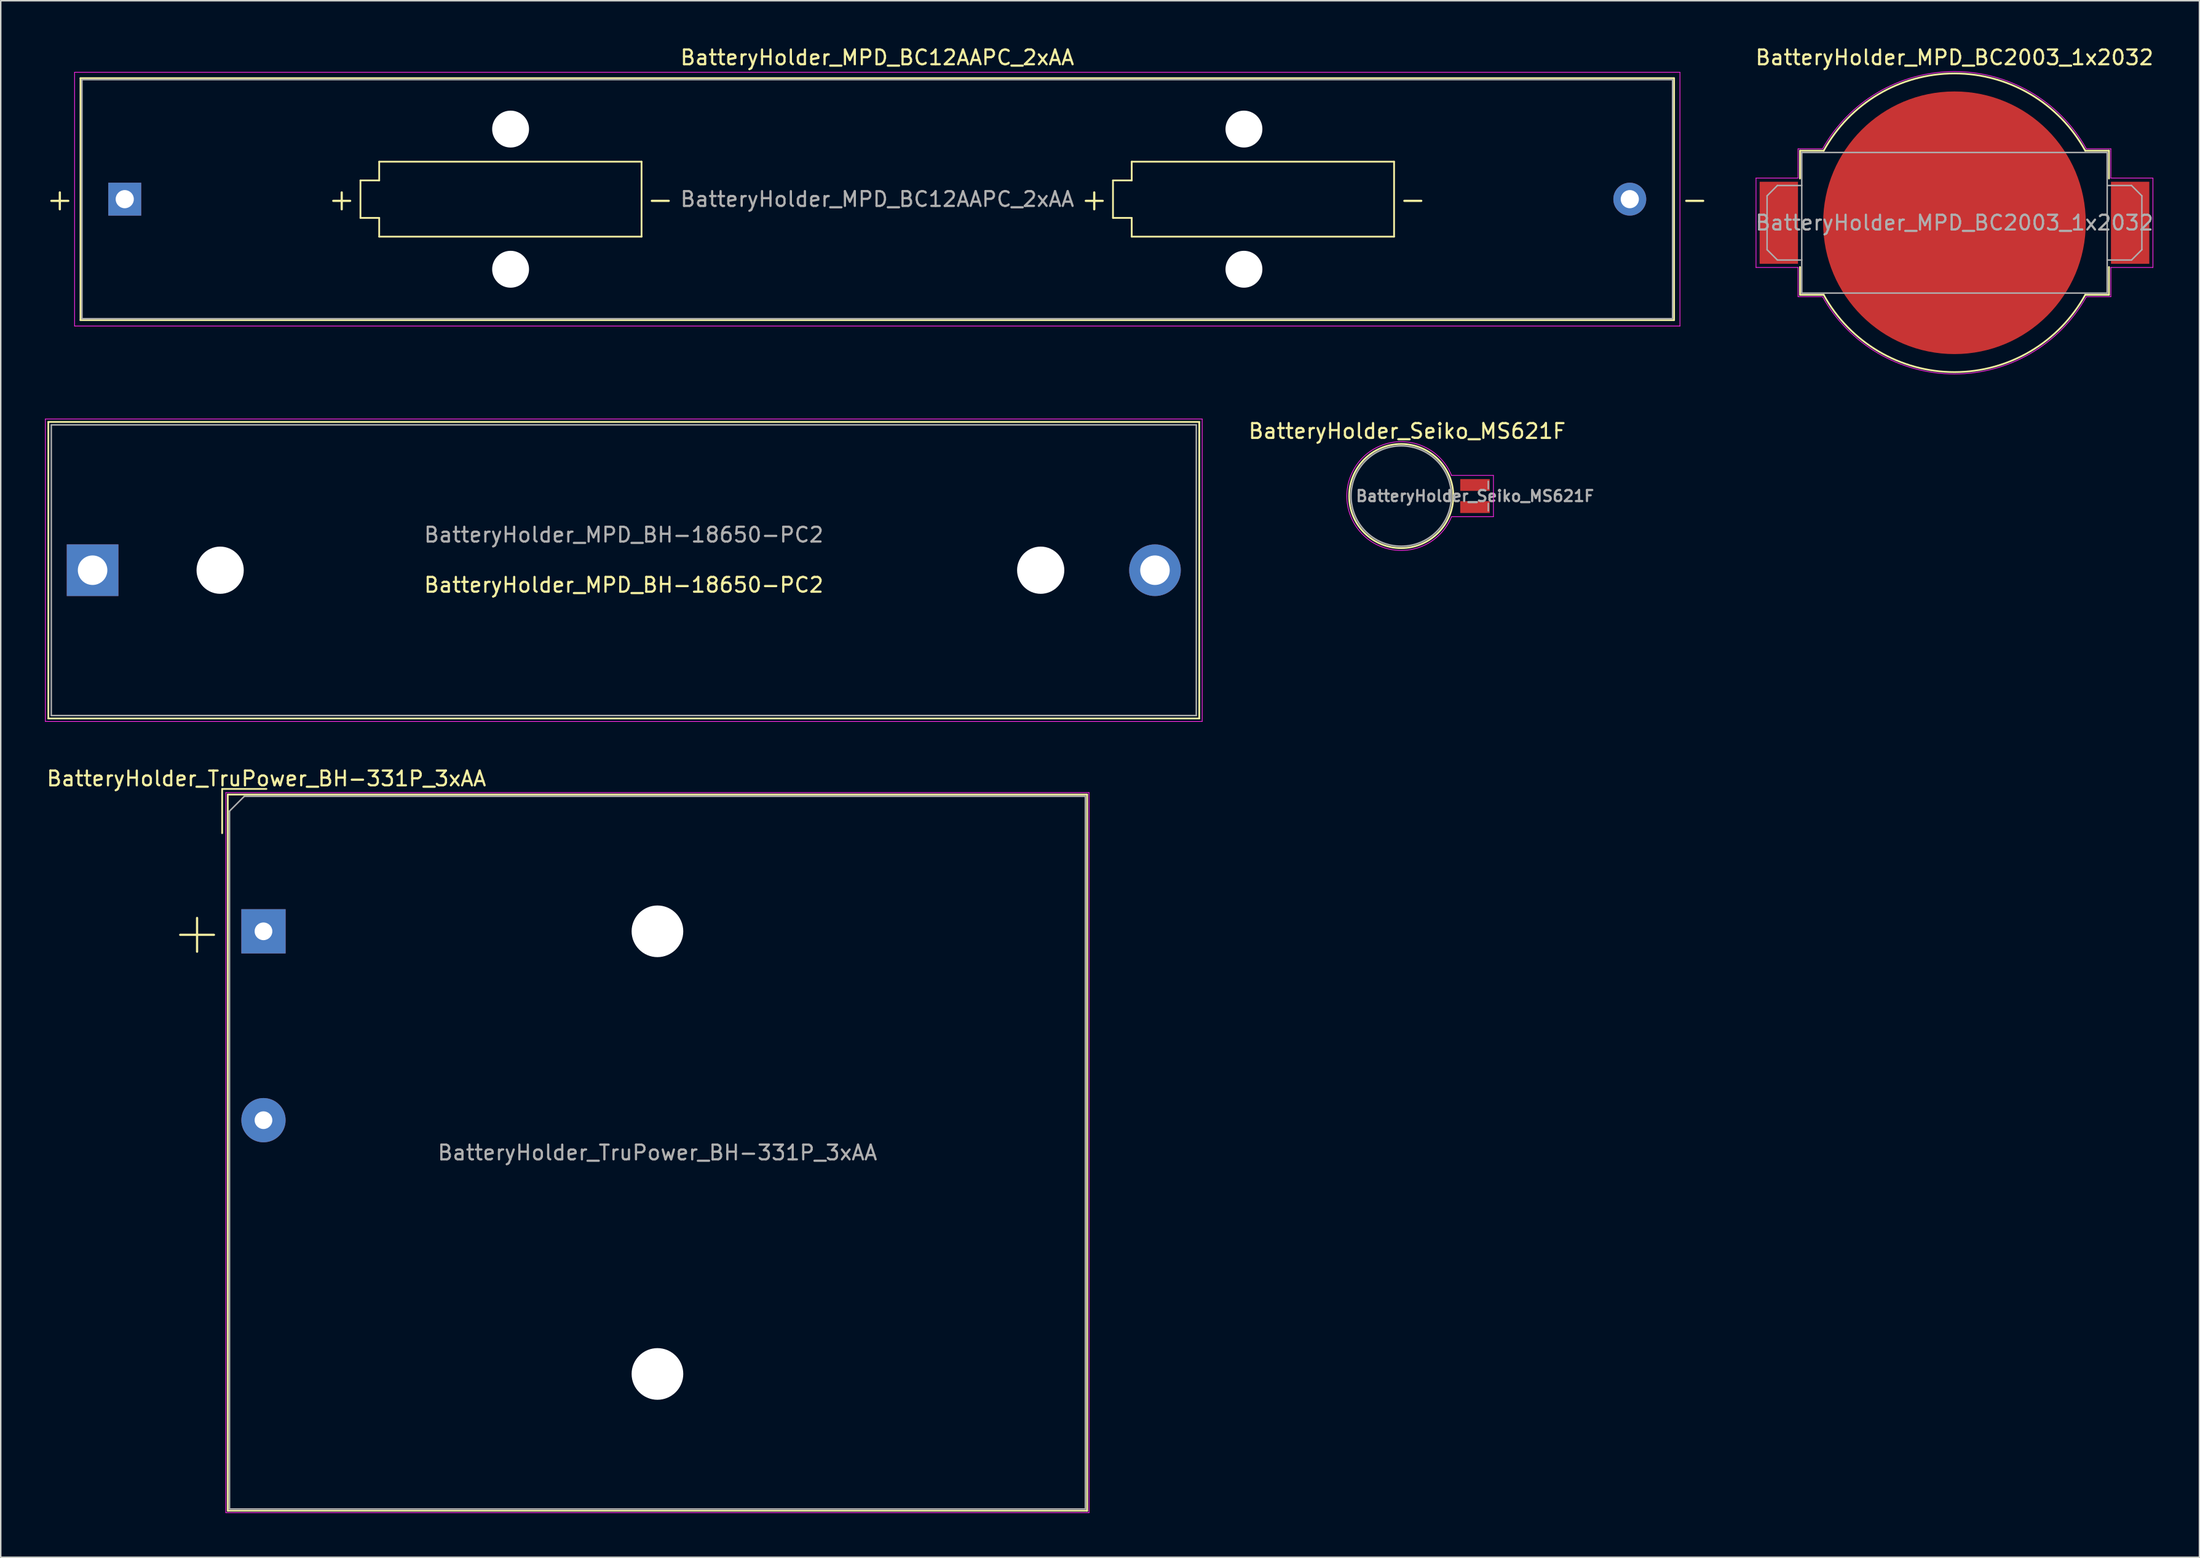
<source format=kicad_pcb>
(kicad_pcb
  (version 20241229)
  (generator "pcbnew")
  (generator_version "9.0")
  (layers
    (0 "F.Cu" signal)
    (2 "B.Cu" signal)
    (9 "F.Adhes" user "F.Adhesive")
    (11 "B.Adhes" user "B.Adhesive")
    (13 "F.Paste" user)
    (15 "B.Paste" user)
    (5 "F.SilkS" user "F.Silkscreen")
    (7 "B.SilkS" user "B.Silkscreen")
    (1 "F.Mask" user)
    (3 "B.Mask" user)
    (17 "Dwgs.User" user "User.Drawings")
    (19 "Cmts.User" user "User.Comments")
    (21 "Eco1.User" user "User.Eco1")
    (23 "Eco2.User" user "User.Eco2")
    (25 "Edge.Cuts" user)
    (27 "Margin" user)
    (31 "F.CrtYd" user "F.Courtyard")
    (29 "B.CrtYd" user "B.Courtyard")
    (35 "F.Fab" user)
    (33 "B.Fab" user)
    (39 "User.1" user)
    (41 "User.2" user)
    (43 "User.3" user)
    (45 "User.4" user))
  (footprint "BatteryHolder_TruPower_BH-331P_3xAA"
    (layer "F.Cu")
    (at 14.806 60.07)
    (property "Reference" "BatteryHolder_TruPower_BH-331P_3xAA" (at 0.2 -10.35 0) (layer "F.SilkS") (effects (font (size 1 1) (thickness 0.15))))
    (attr through_hole)
    (fp_line (start -2.8 -9.65) (end 0.2 -9.65) (stroke (width 0.12) (type solid)) (layer "F.SilkS"))
    (fp_line (start -2.8 -6.65) (end -2.8 -9.65) (stroke (width 0.12) (type solid)) (layer "F.SilkS"))
    (fp_line (start -2.42 -9.27) (end -2.42 39.27) (stroke (width 0.12) (type solid)) (layer "F.SilkS"))
    (fp_line (start -2.42 -9.27) (end 55.82 -9.27) (stroke (width 0.12) (type solid)) (layer "F.SilkS"))
    (fp_line (start -2.42 39.27) (end 55.82 39.27) (stroke (width 0.12) (type solid)) (layer "F.SilkS"))
    (fp_line (start 55.82 -9.27) (end 55.82 39.27) (stroke (width 0.12) (type solid)) (layer "F.SilkS"))
    (fp_line (start -2.55 -9.4) (end -2.55 39.4) (stroke (width 0.05) (type solid)) (layer "F.CrtYd"))
    (fp_line (start -2.55 -9.4) (end 55.95 -9.4) (stroke (width 0.05) (type solid)) (layer "F.CrtYd"))
    (fp_line (start -2.55 39.4) (end 55.95 39.4) (stroke (width 0.05) (type solid)) (layer "F.CrtYd"))
    (fp_line (start 55.95 -9.4) (end 55.95 39.4) (stroke (width 0.05) (type solid)) (layer "F.CrtYd"))
    (fp_line (start -2.3 -8.15) (end -1.3 -9.15) (stroke (width 0.1) (type solid)) (layer "F.Fab"))
    (fp_line (start -2.3 39.15) (end -2.3 -8.15) (stroke (width 0.1) (type solid)) (layer "F.Fab"))
    (fp_line (start -1.3 -9.15) (end 55.7 -9.15) (stroke (width 0.1) (type solid)) (layer "F.Fab"))
    (fp_line (start 55.7 -9.15) (end 55.7 39.15) (stroke (width 0.1) (type solid)) (layer "F.Fab"))
    (fp_line (start 55.7 39.15) (end -2.3 39.15) (stroke (width 0.1) (type solid)) (layer "F.Fab"))
    (fp_text user "+" (at -4.5 0 0) (layer "F.SilkS") (effects (font (size 3 3) (thickness 0.15))))
    (fp_text user "${REFERENCE}" (at 26.7 15 0) (layer "F.Fab") (effects (font (size 1 1) (thickness 0.15))))
    (pad "" np_thru_hole circle (at 26.7 0) (size 3.5 3.5) (drill 3.5) (layers "*.Cu" "*.Mask"))
    (pad "" np_thru_hole circle (at 26.7 30) (size 3.5 3.5) (drill 3.5) (layers "*.Cu" "*.Mask"))
    (pad "1" thru_hole rect (at 0 0) (size 3 3) (drill 1.2) (layers "*.Cu" "*.Mask"))
    (pad "2" thru_hole circle (at 0 12.8) (size 3 3) (drill 1.2) (layers "*.Cu" "*.Mask")))
  (footprint "BatteryHolder_MPD_BC2003_1x2032"
    (layer "F.Cu")
    (at 129.408 12.048)
    (property "Reference" "BatteryHolder_MPD_BC2003_1x2032" (at 0 -11.2 0) (layer "F.SilkS") (effects (font (size 1 1) (thickness 0.15))))
    (attr smd)
    (fp_line (start -10.47 -4.885) (end -8.863 -4.885) (stroke (width 0.12) (type solid)) (layer "F.SilkS"))
    (fp_line (start -10.47 -3) (end -10.47 -4.885) (stroke (width 0.12) (type solid)) (layer "F.SilkS"))
    (fp_line (start -10.47 3) (end -10.47 4.885) (stroke (width 0.12) (type solid)) (layer "F.SilkS"))
    (fp_line (start -10.47 4.885) (end -8.863 4.885) (stroke (width 0.12) (type solid)) (layer "F.SilkS"))
    (fp_line (start 10.47 -4.885) (end 8.863 -4.885) (stroke (width 0.12) (type solid)) (layer "F.SilkS"))
    (fp_line (start 10.47 -3) (end 10.47 -4.885) (stroke (width 0.12) (type solid)) (layer "F.SilkS"))
    (fp_line (start 10.47 3) (end 10.47 4.885) (stroke (width 0.12) (type solid)) (layer "F.SilkS"))
    (fp_line (start 10.47 4.885) (end 8.863 4.885) (stroke (width 0.12) (type solid)) (layer "F.SilkS"))
    (fp_arc (start -8.86291 -4.885) (mid 0 -10.12) (end 8.86291 -4.885) (stroke (width 0.12) (type solid)) (layer "F.SilkS"))
    (fp_arc (start 8.865021 4.881168) (mid 0.002187 10.12) (end -8.86291 4.885) (stroke (width 0.12) (type solid)) (layer "F.SilkS"))
    (fp_line (start -13.45 -3.03) (end -13.45 3.03) (stroke (width 0.05) (type solid)) (layer "F.CrtYd"))
    (fp_line (start -13.45 3.03) (end -10.6 3.03) (stroke (width 0.05) (type solid)) (layer "F.CrtYd"))
    (fp_line (start -10.6 -5.01) (end -10.6 -3.03) (stroke (width 0.05) (type solid)) (layer "F.CrtYd"))
    (fp_line (start -10.6 -3.03) (end -13.45 -3.03) (stroke (width 0.05) (type solid)) (layer "F.CrtYd"))
    (fp_line (start -10.6 5.01) (end -10.6 3.03) (stroke (width 0.05) (type solid)) (layer "F.CrtYd"))
    (fp_line (start -10.6 5.01) (end -8.94 5.01) (stroke (width 0.05) (type solid)) (layer "F.CrtYd"))
    (fp_line (start -8.94 -5.01) (end -10.6 -5.01) (stroke (width 0.05) (type solid)) (layer "F.CrtYd"))
    (fp_line (start 8.94 -5.01) (end 10.6 -5.01) (stroke (width 0.05) (type solid)) (layer "F.CrtYd"))
    (fp_line (start 8.94 5.01) (end 10.6 5.01) (stroke (width 0.05) (type solid)) (layer "F.CrtYd"))
    (fp_line (start 10.6 -5.01) (end 10.6 -3.03) (stroke (width 0.05) (type solid)) (layer "F.CrtYd"))
    (fp_line (start 10.6 -3.03) (end 13.45 -3.03) (stroke (width 0.05) (type solid)) (layer "F.CrtYd"))
    (fp_line (start 10.6 3.03) (end 13.45 3.03) (stroke (width 0.05) (type solid)) (layer "F.CrtYd"))
    (fp_line (start 10.6 5.01) (end 10.6 3.03) (stroke (width 0.05) (type solid)) (layer "F.CrtYd"))
    (fp_line (start 13.45 -3.03) (end 13.45 3.03) (stroke (width 0.05) (type solid)) (layer "F.CrtYd"))
    (fp_arc (start -8.934116 -5.020486) (mid 0.006012 -10.248106) (end 8.94 -5.01) (stroke (width 0.05) (type solid)) (layer "F.CrtYd"))
    (fp_arc (start 8.92534 5.036071) (mid -0.014955 10.248096) (end -8.94 5.01) (stroke (width 0.05) (type solid)) (layer "F.CrtYd"))
    (fp_line (start -12.7 -1.825) (end -12.7 1.825) (stroke (width 0.1) (type solid)) (layer "F.Fab"))
    (fp_line (start -12.7 -1.825) (end -12 -2.525) (stroke (width 0.1) (type solid)) (layer "F.Fab"))
    (fp_line (start -12.7 1.825) (end -12 2.525) (stroke (width 0.1) (type solid)) (layer "F.Fab"))
    (fp_line (start -10.35 -4.765) (end 10.35 -4.765) (stroke (width 0.1) (type solid)) (layer "F.Fab"))
    (fp_line (start -10.35 -2.525) (end -12 -2.525) (stroke (width 0.1) (type solid)) (layer "F.Fab"))
    (fp_line (start -10.35 2.525) (end -12 2.525) (stroke (width 0.1) (type solid)) (layer "F.Fab"))
    (fp_line (start -10.35 4.765) (end -10.35 -4.765) (stroke (width 0.1) (type solid)) (layer "F.Fab"))
    (fp_line (start -10.35 4.765) (end 10.35 4.765) (stroke (width 0.1) (type solid)) (layer "F.Fab"))
    (fp_line (start 10.35 -2.525) (end 12 -2.525) (stroke (width 0.1) (type solid)) (layer "F.Fab"))
    (fp_line (start 10.35 2.525) (end 12 2.525) (stroke (width 0.1) (type solid)) (layer "F.Fab"))
    (fp_line (start 10.35 4.765) (end 10.35 -4.765) (stroke (width 0.1) (type solid)) (layer "F.Fab"))
    (fp_line (start 12.7 -1.825) (end 12 -2.525) (stroke (width 0.1) (type solid)) (layer "F.Fab"))
    (fp_line (start 12.7 -1.825) (end 12.7 1.825) (stroke (width 0.1) (type solid)) (layer "F.Fab"))
    (fp_line (start 12.7 1.825) (end 12 2.525) (stroke (width 0.1) (type solid)) (layer "F.Fab"))
    (fp_text user "${REFERENCE}" (at 0 0 0) (layer "F.Fab") (effects (font (size 1 1) (thickness 0.15))))
    (pad "1" smd rect (at -11.905 0) (size 2.6 5.56) (layers "F.Cu" "F.Mask" "F.Paste"))
    (pad "1" smd rect (at 11.905 0) (size 2.6 5.56) (layers "F.Cu" "F.Mask" "F.Paste"))
    (pad "2" smd circle (at 0 0) (size 17.8 17.8) (layers "F.Cu" "F.Mask")))
  (footprint "BatteryHolder_Seiko_MS621F"
    (layer "F.Cu")
    (at 96.913 30.57)
    (property "Reference" "BatteryHolder_Seiko_MS621F" (at -4.6 -4.4 0) (layer "F.SilkS") (effects (font (size 1 1) (thickness 0.15))))
    (attr smd)
    (fp_circle (center -5 0) (end -1.47 0) (stroke (width 0.12) (type solid)) (fill no) (layer "F.SilkS"))
    (fp_line (start -1.59 -1.4) (end 1.25 -1.4) (stroke (width 0.05) (type solid)) (layer "F.CrtYd"))
    (fp_line (start 1.25 -1.4) (end 1.25 1.4) (stroke (width 0.05) (type solid)) (layer "F.CrtYd"))
    (fp_line (start 1.25 1.4) (end -1.59 1.4) (stroke (width 0.05) (type solid)) (layer "F.CrtYd"))
    (fp_arc (start -1.59 1.4) (mid -8.686204 0.001869) (end -1.591421 -1.403457) (stroke (width 0.05) (type solid)) (layer "F.CrtYd"))
    (fp_line (start 0.9 -1) (end 0.9 -0.5) (stroke (width 0.1) (type solid)) (layer "F.Fab"))
    (fp_line (start 0.9 0.5) (end 0.9 1) (stroke (width 0.1) (type solid)) (layer "F.Fab"))
    (fp_circle (center -5 0) (end -1.6 0) (stroke (width 0.1) (type solid)) (fill no) (layer "F.Fab"))
    (fp_text user "${REFERENCE}" (at 0 0 0) (layer "F.Fab") (effects (font (size 0.75 0.75) (thickness 0.15))))
    (pad "1" smd rect (at 0 -0.75) (size 2 0.8) (layers "F.Cu" "F.Mask" "F.Paste"))
    (pad "2" smd rect (at 0 0.75) (size 2 0.8) (layers "F.Cu" "F.Mask" "F.Paste")))
  (footprint "BatteryHolder_MPD_BC12AAPC_2xAA"
    (layer "F.Cu")
    (at 5.404 10.448)
    (property "Reference" "BatteryHolder_MPD_BC12AAPC_2xAA" (at 51 -9.6 0) (layer "F.SilkS") (effects (font (size 1 1) (thickness 0.15))))
    (attr through_hole)
    (fp_line (start -3 -8.2) (end -3 8.2) (stroke (width 0.12) (type solid)) (layer "F.SilkS"))
    (fp_line (start -3 8.2) (end 105 8.2) (stroke (width 0.12) (type solid)) (layer "F.SilkS"))
    (fp_line (start 15.975 -1.27) (end 17.245 -1.27) (stroke (width 0.12) (type solid)) (layer "F.SilkS"))
    (fp_line (start 15.975 1.27) (end 15.975 -1.27) (stroke (width 0.12) (type solid)) (layer "F.SilkS"))
    (fp_line (start 17.245 -2.54) (end 35.025 -2.54) (stroke (width 0.12) (type solid)) (layer "F.SilkS"))
    (fp_line (start 17.245 -1.27) (end 17.245 -2.54) (stroke (width 0.12) (type solid)) (layer "F.SilkS"))
    (fp_line (start 17.245 1.27) (end 15.975 1.27) (stroke (width 0.12) (type solid)) (layer "F.SilkS"))
    (fp_line (start 17.245 2.54) (end 17.245 1.27) (stroke (width 0.12) (type solid)) (layer "F.SilkS"))
    (fp_line (start 35.025 -2.54) (end 35.025 2.54) (stroke (width 0.12) (type solid)) (layer "F.SilkS"))
    (fp_line (start 35.025 2.54) (end 17.245 2.54) (stroke (width 0.12) (type solid)) (layer "F.SilkS"))
    (fp_line (start 66.975 -1.27) (end 68.245 -1.27) (stroke (width 0.12) (type solid)) (layer "F.SilkS"))
    (fp_line (start 66.975 1.27) (end 66.975 -1.27) (stroke (width 0.12) (type solid)) (layer "F.SilkS"))
    (fp_line (start 68.245 -2.54) (end 86.025 -2.54) (stroke (width 0.12) (type solid)) (layer "F.SilkS"))
    (fp_line (start 68.245 -1.27) (end 68.245 -2.54) (stroke (width 0.12) (type solid)) (layer "F.SilkS"))
    (fp_line (start 68.245 1.27) (end 66.975 1.27) (stroke (width 0.12) (type solid)) (layer "F.SilkS"))
    (fp_line (start 68.245 2.54) (end 68.245 1.27) (stroke (width 0.12) (type solid)) (layer "F.SilkS"))
    (fp_line (start 86.025 -2.54) (end 86.025 2.54) (stroke (width 0.12) (type solid)) (layer "F.SilkS"))
    (fp_line (start 86.025 2.54) (end 68.245 2.54) (stroke (width 0.12) (type solid)) (layer "F.SilkS"))
    (fp_line (start 105 -8.2) (end -3 -8.2) (stroke (width 0.12) (type solid)) (layer "F.SilkS"))
    (fp_line (start 105 8.2) (end 105 -8.2) (stroke (width 0.12) (type solid)) (layer "F.SilkS"))
    (fp_line (start -3.4 -8.6) (end -3.4 8.6) (stroke (width 0.05) (type solid)) (layer "F.CrtYd"))
    (fp_line (start -3.4 8.6) (end 105.4 8.6) (stroke (width 0.05) (type solid)) (layer "F.CrtYd"))
    (fp_line (start 105.4 -8.6) (end -3.4 -8.6) (stroke (width 0.05) (type solid)) (layer "F.CrtYd"))
    (fp_line (start 105.4 8.6) (end 105.4 -8.6) (stroke (width 0.05) (type solid)) (layer "F.CrtYd"))
    (fp_line (start -2.9 -8.1) (end -2.9 8.1) (stroke (width 0.1) (type solid)) (layer "F.Fab"))
    (fp_line (start -2.9 8.1) (end 104.9 8.1) (stroke (width 0.1) (type solid)) (layer "F.Fab"))
    (fp_line (start 104.9 -8.1) (end -2.9 -8.1) (stroke (width 0.1) (type solid)) (layer "F.Fab"))
    (fp_line (start 104.9 8.1) (end 104.9 -8.1) (stroke (width 0.1) (type solid)) (layer "F.Fab"))
    (fp_text user "-" (at 36.295 0 0) (layer "F.SilkS") (effects (font (size 1.5 1.5) (thickness 0.15))))
    (fp_text user "+" (at -4.4 0 0) (layer "F.SilkS") (effects (font (size 1.5 1.5) (thickness 0.15))))
    (fp_text user "-" (at 106.4 0 0) (layer "F.SilkS") (effects (font (size 1.5 1.5) (thickness 0.15))))
    (fp_text user "+" (at 65.705 0 0) (layer "F.SilkS") (effects (font (size 1.5 1.5) (thickness 0.15))))
    (fp_text user "-" (at 87.295 0 0) (layer "F.SilkS") (effects (font (size 1.5 1.5) (thickness 0.15))))
    (fp_text user "+" (at 14.705 0 0) (layer "F.SilkS") (effects (font (size 1.5 1.5) (thickness 0.15))))
    (fp_text user "${REFERENCE}" (at 51 0 0) (layer "F.Fab") (effects (font (size 1 1) (thickness 0.15))))
    (pad "" np_thru_hole circle (at 26.15 -4.75) (size 2.5 2.5) (drill 2.5) (layers "*.Cu" "*.Mask"))
    (pad "" np_thru_hole circle (at 26.15 4.75) (size 2.5 2.5) (drill 2.5) (layers "*.Cu" "*.Mask"))
    (pad "" np_thru_hole circle (at 75.85 -4.75) (size 2.5 2.5) (drill 2.5) (layers "*.Cu" "*.Mask"))
    (pad "" np_thru_hole circle (at 75.85 4.75) (size 2.5 2.5) (drill 2.5) (layers "*.Cu" "*.Mask"))
    (pad "1" thru_hole rect (at 0 0) (size 2.23 2.23) (drill 1.23) (layers "*.Cu" "*.Mask"))
    (pad "2" thru_hole circle (at 102 0) (size 2.23 2.23) (drill 1.23) (layers "*.Cu" "*.Mask")))
  (footprint "BatteryHolder_MPD_BH-18650-PC2"
    (layer "F.Cu")
    (at 3.225 35.596)
    (property "Reference" "BatteryHolder_MPD_BH-18650-PC2" (at 36 1 0) (layer "F.SilkS") (effects (font (size 1 1) (thickness 0.15))))
    (attr through_hole)
    (fp_line (start -3 -10.05) (end 75 -10.05) (stroke (width 0.12) (type solid)) (layer "F.SilkS"))
    (fp_line (start -3 10.05) (end -3 -10.05) (stroke (width 0.12) (type solid)) (layer "F.SilkS"))
    (fp_line (start 75 -10.05) (end 75 10.05) (stroke (width 0.12) (type solid)) (layer "F.SilkS"))
    (fp_line (start 75 10.05) (end -3 10.05) (stroke (width 0.12) (type solid)) (layer "F.SilkS"))
    (fp_line (start -3.2 -10.25) (end 75.2 -10.25) (stroke (width 0.05) (type solid)) (layer "F.CrtYd"))
    (fp_line (start -3.2 10.25) (end -3.2 -10.25) (stroke (width 0.05) (type solid)) (layer "F.CrtYd"))
    (fp_line (start 75.2 -10.25) (end 75.2 10.25) (stroke (width 0.05) (type solid)) (layer "F.CrtYd"))
    (fp_line (start 75.2 10.25) (end -3.2 10.25) (stroke (width 0.05) (type solid)) (layer "F.CrtYd"))
    (fp_line (start -2.8 -9.85) (end 74.8 -9.85) (stroke (width 0.1) (type solid)) (layer "F.Fab"))
    (fp_line (start -2.8 9.85) (end -2.8 -9.85) (stroke (width 0.1) (type solid)) (layer "F.Fab"))
    (fp_line (start 74.8 -9.85) (end 74.8 9.85) (stroke (width 0.1) (type solid)) (layer "F.Fab"))
    (fp_line (start 74.8 9.85) (end -2.8 9.85) (stroke (width 0.1) (type solid)) (layer "F.Fab"))
    (fp_text user "${REFERENCE}" (at 36 -2.4 0) (layer "F.Fab") (effects (font (size 1 1) (thickness 0.15))))
    (pad "" np_thru_hole circle (at 8.645 0) (size 3.2 3.2) (drill 3.2) (layers "*.Cu" "*.Mask"))
    (pad "" np_thru_hole circle (at 64.255 0) (size 3.2 3.2) (drill 3.2) (layers "*.Cu" "*.Mask"))
    (pad "1" thru_hole rect (at 0 0) (size 3.5 3.5) (drill 2) (layers "*.Cu" "*.Mask"))
    (pad "2" thru_hole circle (at 72 0) (size 3.5 3.5) (drill 2) (layers "*.Cu" "*.Mask")))
  (gr_rect
    (start -3 -3)
    (end 146.01 102.495)
    (stroke (width 0.1) (type default))
    (fill no)
    (layer "Edge.Cuts")))
</source>
